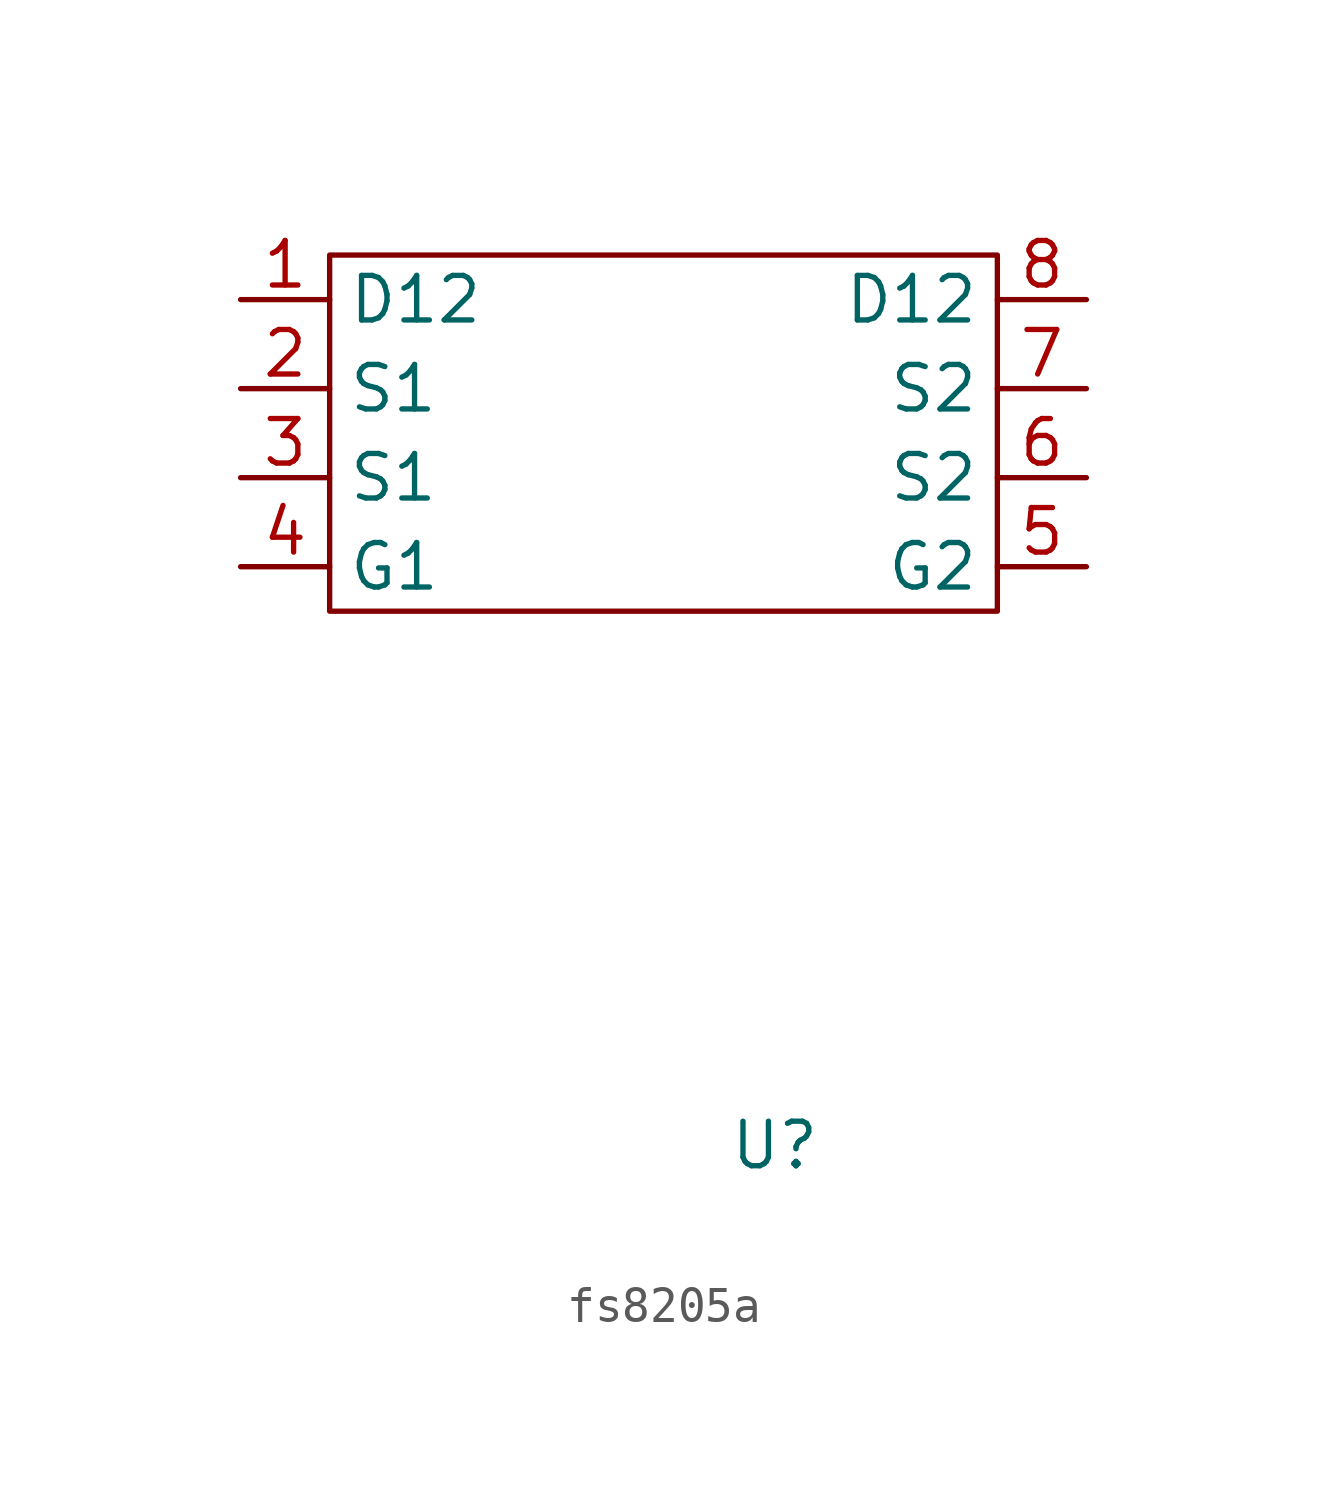
<source format=kicad_sym>
(kicad_symbol_lib
  (version 20231120)
  (generator "kicad_symbol_editor")
  (generator_version "8.0")
  (symbol "fs8205a"
    (property "Reference" "U"
      (at 0 0 0)
      (effects (font (size 1.27 1.27))))
    (property "Value" ""
      (at 0 0 0)
      (effects (font (size 1.27 1.27))))
    (symbol "fs8205a_0_1"
      (rectangle (start -12.7 25.4) (end 6.35 15.24) (stroke (width 0) (type default)) (fill (type none))))
    (symbol "fs8205a_1_1"
      (pin input line (at -15.24 24.13 0) (length 2.54) (name "D12" (effects (font (size 1.27 1.27)))) (number "1" (effects (font (size 1.27 1.27)))))
      (pin input line (at -15.24 21.59 0) (length 2.54) (name "S1" (effects (font (size 1.27 1.27)))) (number "2" (effects (font (size 1.27 1.27)))))
      (pin input line (at -15.24 19.05 0) (length 2.54) (name "S1" (effects (font (size 1.27 1.27)))) (number "3" (effects (font (size 1.27 1.27)))))
      (pin input line (at -15.24 16.51 0) (length 2.54) (name "G1" (effects (font (size 1.27 1.27)))) (number "4" (effects (font (size 1.27 1.27)))))
      (pin input line (at 8.89 16.51 180) (length 2.54) (name "G2" (effects (font (size 1.27 1.27)))) (number "5" (effects (font (size 1.27 1.27)))))
      (pin input line (at 8.89 19.05 180) (length 2.54) (name "S2" (effects (font (size 1.27 1.27)))) (number "6" (effects (font (size 1.27 1.27)))))
      (pin input line (at 8.89 21.59 180) (length 2.54) (name "S2" (effects (font (size 1.27 1.27)))) (number "7" (effects (font (size 1.27 1.27)))))
      (pin input line (at 8.89 24.13 180) (length 2.54) (name "D12" (effects (font (size 1.27 1.27)))) (number "8" (effects (font (size 1.27 1.27))))))))
</source>
